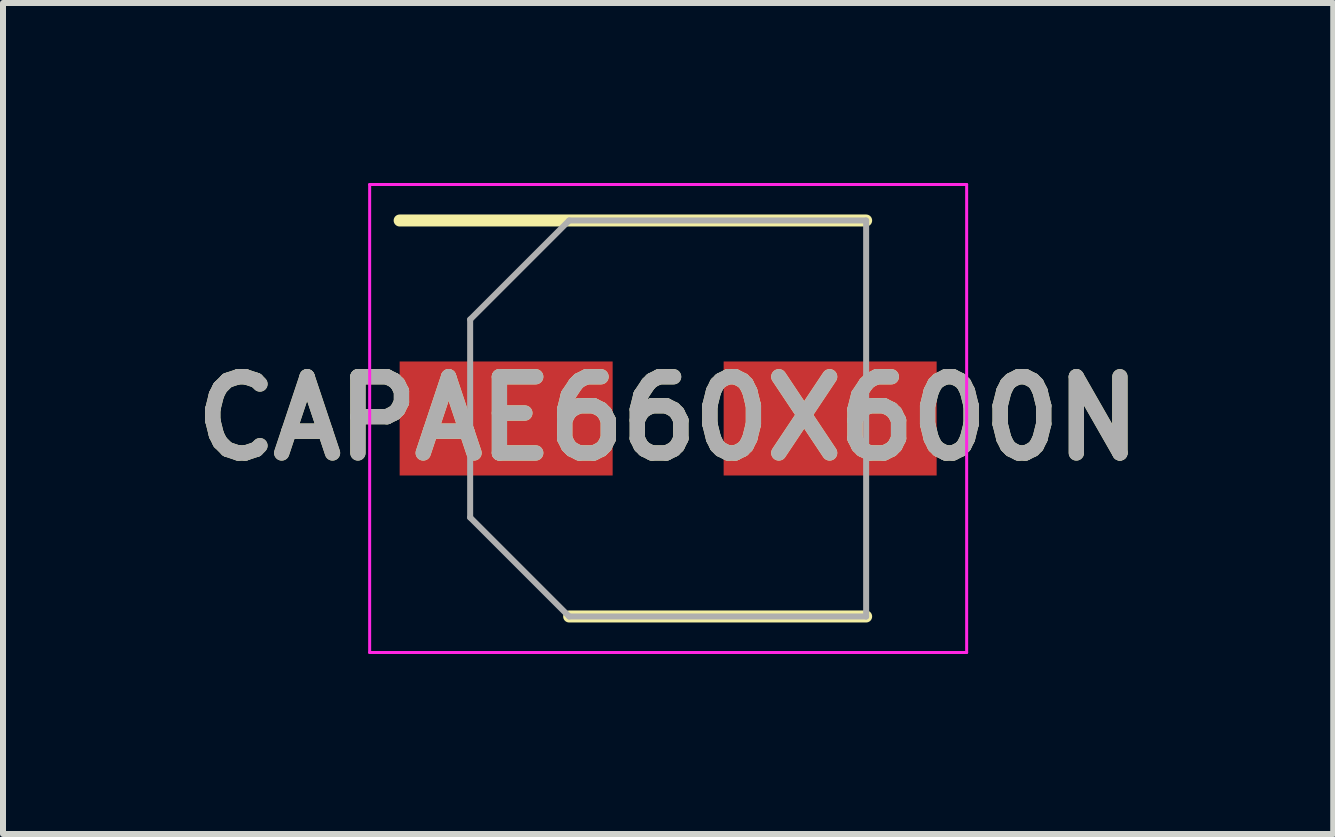
<source format=kicad_pcb>
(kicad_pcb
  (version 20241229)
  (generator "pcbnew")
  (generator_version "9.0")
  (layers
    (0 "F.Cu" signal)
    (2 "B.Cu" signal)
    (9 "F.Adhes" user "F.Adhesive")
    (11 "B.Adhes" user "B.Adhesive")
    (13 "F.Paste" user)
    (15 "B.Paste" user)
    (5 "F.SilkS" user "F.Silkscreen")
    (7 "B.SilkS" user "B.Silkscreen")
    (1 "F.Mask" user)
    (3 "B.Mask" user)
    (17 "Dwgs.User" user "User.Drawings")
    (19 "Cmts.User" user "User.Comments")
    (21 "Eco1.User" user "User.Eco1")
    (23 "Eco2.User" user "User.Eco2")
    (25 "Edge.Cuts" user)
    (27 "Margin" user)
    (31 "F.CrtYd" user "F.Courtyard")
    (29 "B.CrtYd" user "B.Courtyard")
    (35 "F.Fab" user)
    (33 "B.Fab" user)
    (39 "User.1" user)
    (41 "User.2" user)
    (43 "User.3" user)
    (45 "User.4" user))
  (footprint "CAPAE660X600N"
    (layer "F.Cu")
    (at 8.086 3.925)
    (property "Reference" "CAPAE660X600N" (at 0 0 0) (layer "F.SilkS") (effects (font (size 1.27 1.27) (thickness 0.254))))
    (attr smd)
    (fp_line (start -4.475 -3.3) (end 3.3 -3.3) (stroke (width 0.2) (type solid)) (layer "F.SilkS"))
    (fp_line (start -1.65 3.3) (end 3.3 3.3) (stroke (width 0.2) (type solid)) (layer "F.SilkS"))
    (fp_line (start -4.975 -3.9) (end 4.975 -3.9) (stroke (width 0.05) (type solid)) (layer "F.CrtYd"))
    (fp_line (start -4.975 3.9) (end -4.975 -3.9) (stroke (width 0.05) (type solid)) (layer "F.CrtYd"))
    (fp_line (start 4.975 -3.9) (end 4.975 3.9) (stroke (width 0.05) (type solid)) (layer "F.CrtYd"))
    (fp_line (start 4.975 3.9) (end -4.975 3.9) (stroke (width 0.05) (type solid)) (layer "F.CrtYd"))
    (fp_line (start -3.3 -1.65) (end -3.3 1.65) (stroke (width 0.1) (type solid)) (layer "F.Fab"))
    (fp_line (start -3.3 1.65) (end -1.65 3.3) (stroke (width 0.1) (type solid)) (layer "F.Fab"))
    (fp_line (start -1.65 -3.3) (end -3.3 -1.65) (stroke (width 0.1) (type solid)) (layer "F.Fab"))
    (fp_line (start -1.65 3.3) (end 3.3 3.3) (stroke (width 0.1) (type solid)) (layer "F.Fab"))
    (fp_line (start 3.3 -3.3) (end -1.65 -3.3) (stroke (width 0.1) (type solid)) (layer "F.Fab"))
    (fp_line (start 3.3 3.3) (end 3.3 -3.3) (stroke (width 0.1) (type solid)) (layer "F.Fab"))
    (fp_text user "${REFERENCE}" (at 0 0 0) (layer "F.Fab") (effects (font (size 1.27 1.27) (thickness 0.254))))
    (pad "1" smd rect (at -2.7 0 90) (size 1.9 3.55) (layers "F.Cu" "F.Mask" "F.Paste"))
    (pad "2" smd rect (at 2.7 0 90) (size 1.9 3.55) (layers "F.Cu" "F.Mask" "F.Paste")))
  (gr_rect
    (start -3 -3)
    (end 19.171 10.85)
    (stroke (width 0.1) (type default))
    (fill no)
    (layer "Edge.Cuts")))
</source>
